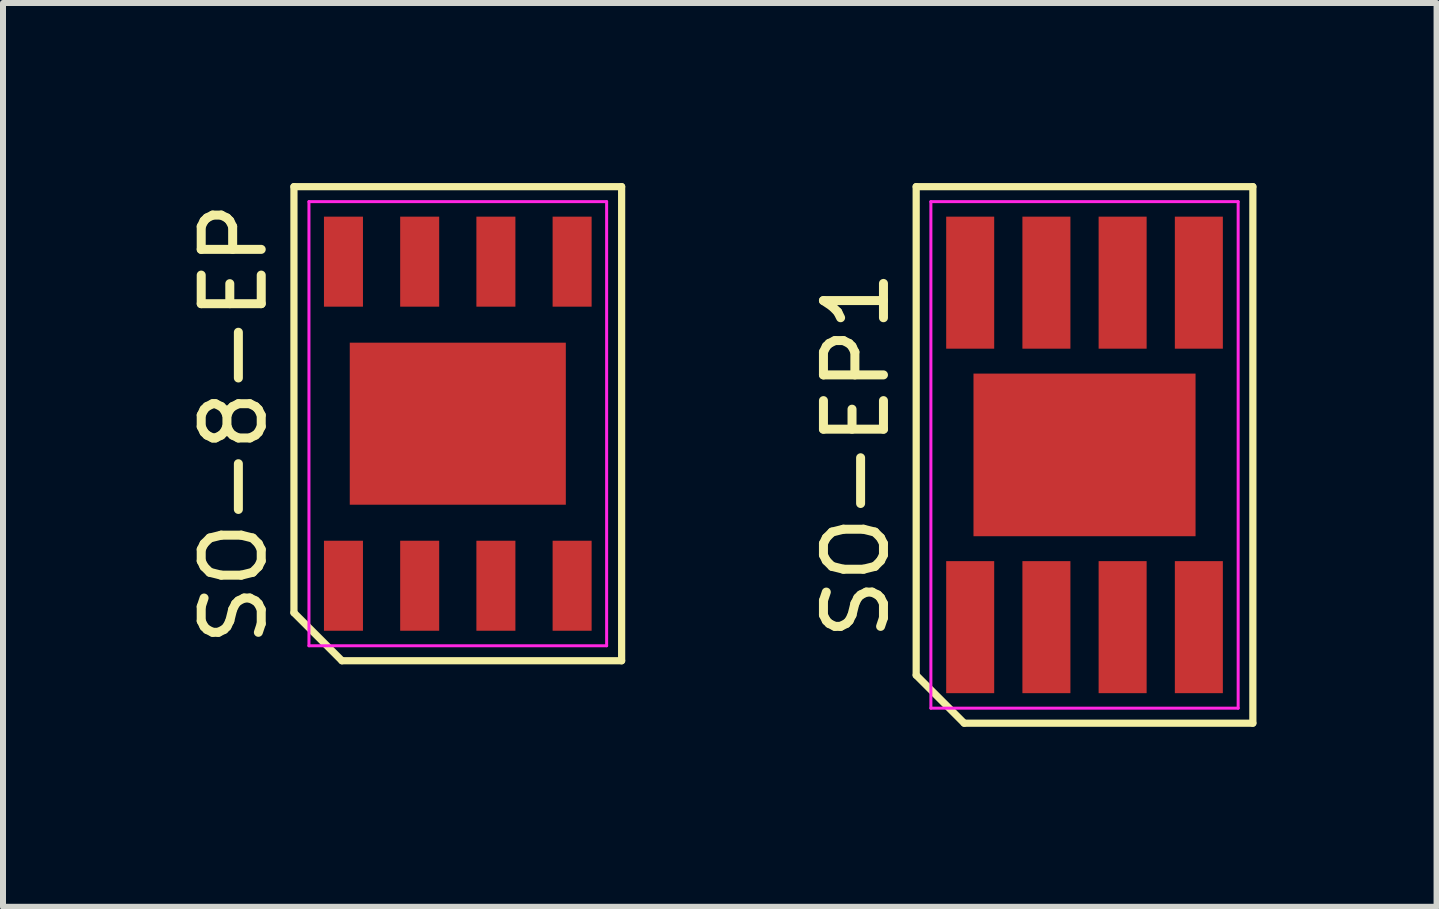
<source format=kicad_pcb>
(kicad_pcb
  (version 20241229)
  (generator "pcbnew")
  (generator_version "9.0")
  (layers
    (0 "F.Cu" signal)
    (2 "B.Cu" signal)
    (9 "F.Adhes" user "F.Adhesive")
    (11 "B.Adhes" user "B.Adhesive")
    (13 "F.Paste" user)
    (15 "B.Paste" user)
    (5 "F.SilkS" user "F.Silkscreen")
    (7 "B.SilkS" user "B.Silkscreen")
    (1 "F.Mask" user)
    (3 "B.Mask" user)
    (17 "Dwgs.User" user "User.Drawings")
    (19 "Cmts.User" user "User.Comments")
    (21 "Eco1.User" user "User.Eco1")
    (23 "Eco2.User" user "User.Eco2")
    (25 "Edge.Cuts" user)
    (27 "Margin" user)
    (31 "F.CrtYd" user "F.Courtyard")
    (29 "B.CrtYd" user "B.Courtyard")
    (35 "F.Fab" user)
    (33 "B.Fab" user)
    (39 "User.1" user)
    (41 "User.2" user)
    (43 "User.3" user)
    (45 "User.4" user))
  (footprint "SO-8-EP"
    (layer "F.Cu")
    (at 4.578 4.01)
    (property "Reference" "SO-8-EP" (at -3.73 0 90) (layer "F.SilkS") (effects (font (size 1 1) (thickness 0.15))))
    (attr smd)
    (fp_line (start -2.73 -3.95) (end 2.73 -3.95) (stroke (width 0.12) (type solid)) (layer "F.SilkS"))
    (fp_line (start -2.73 3.15) (end -2.73 -3.95) (stroke (width 0.12) (type solid)) (layer "F.SilkS"))
    (fp_line (start -1.93 3.95) (end -2.73 3.15) (stroke (width 0.12) (type solid)) (layer "F.SilkS"))
    (fp_line (start 2.73 -3.95) (end 2.73 3.95) (stroke (width 0.12) (type solid)) (layer "F.SilkS"))
    (fp_line (start 2.73 3.95) (end -1.93 3.95) (stroke (width 0.12) (type solid)) (layer "F.SilkS"))
    (fp_line (start -2.48 -3.7) (end 2.48 -3.7) (stroke (width 0.05) (type solid)) (layer "F.CrtYd"))
    (fp_line (start -2.48 3.7) (end -2.48 -3.7) (stroke (width 0.05) (type solid)) (layer "F.CrtYd"))
    (fp_line (start 2.48 -3.7) (end 2.48 3.7) (stroke (width 0.05) (type solid)) (layer "F.CrtYd"))
    (fp_line (start 2.48 3.7) (end -2.48 3.7) (stroke (width 0.05) (type solid)) (layer "F.CrtYd"))
    (pad "1" smd rect (at -1.905 2.7) (size 0.65 1.5) (layers "F.Cu" "F.Mask" "F.Paste"))
    (pad "2" smd rect (at -0.635 2.7) (size 0.65 1.5) (layers "F.Cu" "F.Mask" "F.Paste"))
    (pad "3" smd rect (at 0.635 2.7) (size 0.65 1.5) (layers "F.Cu" "F.Mask" "F.Paste"))
    (pad "4" smd rect (at 1.905 2.7) (size 0.65 1.5) (layers "F.Cu" "F.Mask" "F.Paste"))
    (pad "5" smd rect (at 1.905 -2.7) (size 0.65 1.5) (layers "F.Cu" "F.Mask" "F.Paste"))
    (pad "6" smd rect (at 0.635 -2.7) (size 0.65 1.5) (layers "F.Cu" "F.Mask" "F.Paste"))
    (pad "7" smd rect (at -0.635 -2.7) (size 0.65 1.5) (layers "F.Cu" "F.Mask" "F.Paste"))
    (pad "8" smd rect (at -1.905 -2.7) (size 0.65 1.5) (layers "F.Cu" "F.Mask" "F.Paste"))
    (pad "9" smd rect (at 0 0) (size 3.6 2.7) (layers "F.Cu" "F.Mask" "F.Paste")))
  (footprint "SO-EP1"
    (layer "F.Cu")
    (at 15.021 4.53)
    (property "Reference" "SO-EP1" (at -3.805 0 90) (layer "F.SilkS") (effects (font (size 1 1) (thickness 0.15))))
    (attr smd)
    (fp_line (start -2.805 -4.47) (end 2.805 -4.47) (stroke (width 0.12) (type solid)) (layer "F.SilkS"))
    (fp_line (start -2.805 3.67) (end -2.805 -4.47) (stroke (width 0.12) (type solid)) (layer "F.SilkS"))
    (fp_line (start -2.005 4.47) (end -2.805 3.67) (stroke (width 0.12) (type solid)) (layer "F.SilkS"))
    (fp_line (start 2.805 -4.47) (end 2.805 4.47) (stroke (width 0.12) (type solid)) (layer "F.SilkS"))
    (fp_line (start 2.805 4.47) (end -2.005 4.47) (stroke (width 0.12) (type solid)) (layer "F.SilkS"))
    (fp_line (start -2.56 -4.22) (end 2.56 -4.22) (stroke (width 0.05) (type solid)) (layer "F.CrtYd"))
    (fp_line (start -2.56 4.22) (end -2.56 -4.22) (stroke (width 0.05) (type solid)) (layer "F.CrtYd"))
    (fp_line (start 2.56 -4.22) (end 2.56 4.22) (stroke (width 0.05) (type solid)) (layer "F.CrtYd"))
    (fp_line (start 2.56 4.22) (end -2.56 4.22) (stroke (width 0.05) (type solid)) (layer "F.CrtYd"))
    (pad "1" smd rect (at -1.905 2.87) (size 0.8 2.2) (layers "F.Cu" "F.Mask" "F.Paste"))
    (pad "2" smd rect (at -0.635 2.87) (size 0.8 2.2) (layers "F.Cu" "F.Mask" "F.Paste"))
    (pad "3" smd rect (at 0.635 2.87) (size 0.8 2.2) (layers "F.Cu" "F.Mask" "F.Paste"))
    (pad "4" smd rect (at 1.905 2.87) (size 0.8 2.2) (layers "F.Cu" "F.Mask" "F.Paste"))
    (pad "5" smd rect (at 1.905 -2.87) (size 0.8 2.2) (layers "F.Cu" "F.Mask" "F.Paste"))
    (pad "6" smd rect (at 0.635 -2.87) (size 0.8 2.2) (layers "F.Cu" "F.Mask" "F.Paste"))
    (pad "7" smd rect (at -0.635 -2.87) (size 0.8 2.2) (layers "F.Cu" "F.Mask" "F.Paste"))
    (pad "8" smd rect (at -1.905 -2.87) (size 0.8 2.2) (layers "F.Cu" "F.Mask" "F.Paste"))
    (pad "9" smd rect (at 0 0) (size 3.7 2.71) (layers "F.Cu" "F.Mask" "F.Paste")))
  (gr_rect
    (start -3 -3)
    (end 20.887 12.06)
    (stroke (width 0.1) (type default))
    (fill no)
    (layer "Edge.Cuts")))
</source>
